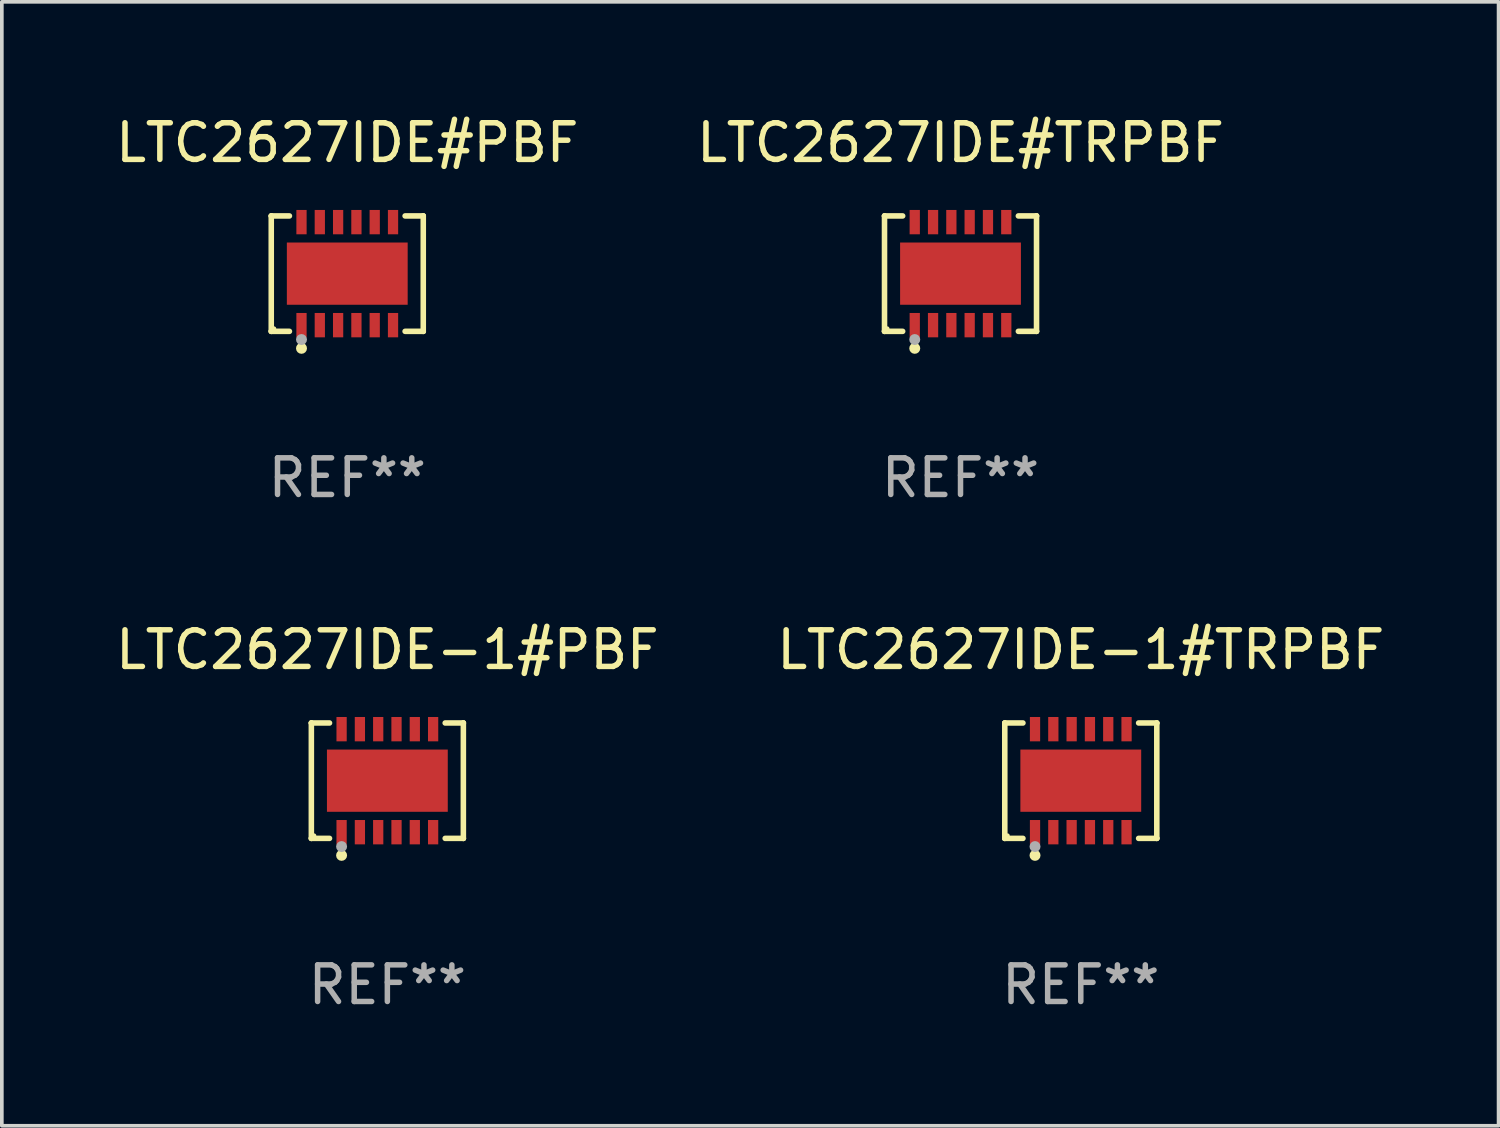
<source format=kicad_pcb>
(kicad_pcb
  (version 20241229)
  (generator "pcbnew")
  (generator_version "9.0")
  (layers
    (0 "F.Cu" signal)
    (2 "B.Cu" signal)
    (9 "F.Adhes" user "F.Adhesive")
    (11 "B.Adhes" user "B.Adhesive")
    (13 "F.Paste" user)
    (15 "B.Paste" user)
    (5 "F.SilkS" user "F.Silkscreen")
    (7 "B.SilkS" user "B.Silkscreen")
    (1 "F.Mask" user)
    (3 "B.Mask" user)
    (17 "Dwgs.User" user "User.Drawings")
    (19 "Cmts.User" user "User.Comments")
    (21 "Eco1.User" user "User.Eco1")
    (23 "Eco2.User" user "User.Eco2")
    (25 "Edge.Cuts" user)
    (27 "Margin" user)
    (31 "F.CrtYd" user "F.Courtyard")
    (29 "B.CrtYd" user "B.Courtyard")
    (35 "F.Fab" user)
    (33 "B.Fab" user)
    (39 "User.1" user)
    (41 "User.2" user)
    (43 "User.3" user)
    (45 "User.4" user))
  (footprint "LTC2627IDE-1#TRPBF"
    (layer "F.Cu")
    (at 26.47 18.273)
    (property "Reference" "LTC2627IDE-1#TRPBF" (at 0 -3.576 0) (layer "F.SilkS") (effects (font (size 1 1) (thickness 0.15))))
    (attr through_hole)
    (fp_line (start -2.076 -1.576) (end -2.076 -1.576) (stroke (width 0.152) (type solid)) (layer "F.SilkS"))
    (fp_line (start -2.076 -1.576) (end -1.58 -1.576) (stroke (width 0.152) (type solid)) (layer "F.SilkS"))
    (fp_line (start -2.076 1.576) (end -2.076 -1.576) (stroke (width 0.152) (type solid)) (layer "F.SilkS"))
    (fp_line (start -2.076 1.576) (end -2.076 1.576) (stroke (width 0.152) (type solid)) (layer "F.SilkS"))
    (fp_line (start -1.58 1.576) (end -2.076 1.576) (stroke (width 0.152) (type solid)) (layer "F.SilkS"))
    (fp_line (start 1.58 1.576) (end 2.076 1.576) (stroke (width 0.152) (type solid)) (layer "F.SilkS"))
    (fp_line (start 2.076 -1.576) (end 1.58 -1.576) (stroke (width 0.152) (type solid)) (layer "F.SilkS"))
    (fp_line (start 2.076 -1.576) (end 2.076 -1.576) (stroke (width 0.152) (type solid)) (layer "F.SilkS"))
    (fp_line (start 2.076 1.576) (end 2.076 -1.576) (stroke (width 0.152) (type solid)) (layer "F.SilkS"))
    (fp_line (start 2.076 1.576) (end 2.076 1.576) (stroke (width 0.152) (type solid)) (layer "F.SilkS"))
    (fp_circle (center -2 1.5) (end -1.97 1.5) (stroke (width 0.06) (type solid)) (fill no) (layer "F.SilkS"))
    (fp_circle (center -1.25 2.04) (end -1.175 2.04) (stroke (width 0.15) (type solid)) (fill no) (layer "F.SilkS"))
    (fp_circle (center -1.25 1.8) (end -1.175 1.8) (stroke (width 0.15) (type solid)) (fill no) (layer "F.Fab"))
    (fp_text user "REF**" (at 0 5.576 0) (layer "F.Fab") (effects (font (size 1 1) (thickness 0.15))))
    (pad "1" smd rect (at -1.25 1.407) (size 0.28 0.665) (layers "F.Cu" "F.Mask" "F.Paste"))
    (pad "2" smd rect (at -0.75 1.407) (size 0.28 0.665) (layers "F.Cu" "F.Mask" "F.Paste"))
    (pad "3" smd rect (at -0.25 1.407) (size 0.28 0.665) (layers "F.Cu" "F.Mask" "F.Paste"))
    (pad "4" smd rect (at 0.25 1.407) (size 0.28 0.665) (layers "F.Cu" "F.Mask" "F.Paste"))
    (pad "5" smd rect (at 0.75 1.407) (size 0.28 0.665) (layers "F.Cu" "F.Mask" "F.Paste"))
    (pad "6" smd rect (at 1.25 1.407) (size 0.28 0.665) (layers "F.Cu" "F.Mask" "F.Paste"))
    (pad "7" smd rect (at 1.25 -1.407) (size 0.28 0.665) (layers "F.Cu" "F.Mask" "F.Paste"))
    (pad "8" smd rect (at 0.75 -1.407) (size 0.28 0.665) (layers "F.Cu" "F.Mask" "F.Paste"))
    (pad "9" smd rect (at 0.25 -1.407) (size 0.28 0.665) (layers "F.Cu" "F.Mask" "F.Paste"))
    (pad "10" smd rect (at -0.25 -1.407) (size 0.28 0.665) (layers "F.Cu" "F.Mask" "F.Paste"))
    (pad "11" smd rect (at -0.75 -1.407) (size 0.28 0.665) (layers "F.Cu" "F.Mask" "F.Paste"))
    (pad "12" smd rect (at -1.25 -1.407) (size 0.28 0.665) (layers "F.Cu" "F.Mask" "F.Paste"))
    (pad "13" smd rect (at 0 0) (size 3.3 1.7) (layers "F.Cu" "F.Mask" "F.Paste")))
  (footprint "LTC2627IDE#TRPBF"
    (layer "F.Cu")
    (at 23.185 4.424)
    (property "Reference" "LTC2627IDE#TRPBF" (at 0 -3.576 0) (layer "F.SilkS") (effects (font (size 1 1) (thickness 0.15))))
    (attr through_hole)
    (fp_line (start -2.076 -1.576) (end -2.076 -1.576) (stroke (width 0.152) (type solid)) (layer "F.SilkS"))
    (fp_line (start -2.076 -1.576) (end -1.58 -1.576) (stroke (width 0.152) (type solid)) (layer "F.SilkS"))
    (fp_line (start -2.076 1.576) (end -2.076 -1.576) (stroke (width 0.152) (type solid)) (layer "F.SilkS"))
    (fp_line (start -2.076 1.576) (end -2.076 1.576) (stroke (width 0.152) (type solid)) (layer "F.SilkS"))
    (fp_line (start -1.58 1.576) (end -2.076 1.576) (stroke (width 0.152) (type solid)) (layer "F.SilkS"))
    (fp_line (start 1.58 1.576) (end 2.076 1.576) (stroke (width 0.152) (type solid)) (layer "F.SilkS"))
    (fp_line (start 2.076 -1.576) (end 1.58 -1.576) (stroke (width 0.152) (type solid)) (layer "F.SilkS"))
    (fp_line (start 2.076 -1.576) (end 2.076 -1.576) (stroke (width 0.152) (type solid)) (layer "F.SilkS"))
    (fp_line (start 2.076 1.576) (end 2.076 -1.576) (stroke (width 0.152) (type solid)) (layer "F.SilkS"))
    (fp_line (start 2.076 1.576) (end 2.076 1.576) (stroke (width 0.152) (type solid)) (layer "F.SilkS"))
    (fp_circle (center -2 1.5) (end -1.97 1.5) (stroke (width 0.06) (type solid)) (fill no) (layer "F.SilkS"))
    (fp_circle (center -1.25 2.04) (end -1.175 2.04) (stroke (width 0.15) (type solid)) (fill no) (layer "F.SilkS"))
    (fp_circle (center -1.25 1.8) (end -1.175 1.8) (stroke (width 0.15) (type solid)) (fill no) (layer "F.Fab"))
    (fp_text user "REF**" (at 0 5.576 0) (layer "F.Fab") (effects (font (size 1 1) (thickness 0.15))))
    (pad "1" smd rect (at -1.25 1.407) (size 0.28 0.665) (layers "F.Cu" "F.Mask" "F.Paste"))
    (pad "2" smd rect (at -0.75 1.407) (size 0.28 0.665) (layers "F.Cu" "F.Mask" "F.Paste"))
    (pad "3" smd rect (at -0.25 1.407) (size 0.28 0.665) (layers "F.Cu" "F.Mask" "F.Paste"))
    (pad "4" smd rect (at 0.25 1.407) (size 0.28 0.665) (layers "F.Cu" "F.Mask" "F.Paste"))
    (pad "5" smd rect (at 0.75 1.407) (size 0.28 0.665) (layers "F.Cu" "F.Mask" "F.Paste"))
    (pad "6" smd rect (at 1.25 1.407) (size 0.28 0.665) (layers "F.Cu" "F.Mask" "F.Paste"))
    (pad "7" smd rect (at 1.25 -1.407) (size 0.28 0.665) (layers "F.Cu" "F.Mask" "F.Paste"))
    (pad "8" smd rect (at 0.75 -1.407) (size 0.28 0.665) (layers "F.Cu" "F.Mask" "F.Paste"))
    (pad "9" smd rect (at 0.25 -1.407) (size 0.28 0.665) (layers "F.Cu" "F.Mask" "F.Paste"))
    (pad "10" smd rect (at -0.25 -1.407) (size 0.28 0.665) (layers "F.Cu" "F.Mask" "F.Paste"))
    (pad "11" smd rect (at -0.75 -1.407) (size 0.28 0.665) (layers "F.Cu" "F.Mask" "F.Paste"))
    (pad "12" smd rect (at -1.25 -1.407) (size 0.28 0.665) (layers "F.Cu" "F.Mask" "F.Paste"))
    (pad "13" smd rect (at 0 0) (size 3.3 1.7) (layers "F.Cu" "F.Mask" "F.Paste")))
  (footprint "LTC2627IDE-1#PBF"
    (layer "F.Cu")
    (at 7.53 18.273)
    (property "Reference" "LTC2627IDE-1#PBF" (at 0 -3.576 0) (layer "F.SilkS") (effects (font (size 1 1) (thickness 0.15))))
    (attr through_hole)
    (fp_line (start -2.076 -1.576) (end -2.076 -1.576) (stroke (width 0.152) (type solid)) (layer "F.SilkS"))
    (fp_line (start -2.076 -1.576) (end -1.58 -1.576) (stroke (width 0.152) (type solid)) (layer "F.SilkS"))
    (fp_line (start -2.076 1.576) (end -2.076 -1.576) (stroke (width 0.152) (type solid)) (layer "F.SilkS"))
    (fp_line (start -2.076 1.576) (end -2.076 1.576) (stroke (width 0.152) (type solid)) (layer "F.SilkS"))
    (fp_line (start -1.58 1.576) (end -2.076 1.576) (stroke (width 0.152) (type solid)) (layer "F.SilkS"))
    (fp_line (start 1.58 1.576) (end 2.076 1.576) (stroke (width 0.152) (type solid)) (layer "F.SilkS"))
    (fp_line (start 2.076 -1.576) (end 1.58 -1.576) (stroke (width 0.152) (type solid)) (layer "F.SilkS"))
    (fp_line (start 2.076 -1.576) (end 2.076 -1.576) (stroke (width 0.152) (type solid)) (layer "F.SilkS"))
    (fp_line (start 2.076 1.576) (end 2.076 -1.576) (stroke (width 0.152) (type solid)) (layer "F.SilkS"))
    (fp_line (start 2.076 1.576) (end 2.076 1.576) (stroke (width 0.152) (type solid)) (layer "F.SilkS"))
    (fp_circle (center -2 1.5) (end -1.97 1.5) (stroke (width 0.06) (type solid)) (fill no) (layer "F.SilkS"))
    (fp_circle (center -1.25 2.04) (end -1.175 2.04) (stroke (width 0.15) (type solid)) (fill no) (layer "F.SilkS"))
    (fp_circle (center -1.25 1.8) (end -1.175 1.8) (stroke (width 0.15) (type solid)) (fill no) (layer "F.Fab"))
    (fp_text user "REF**" (at 0 5.576 0) (layer "F.Fab") (effects (font (size 1 1) (thickness 0.15))))
    (pad "1" smd rect (at -1.25 1.407) (size 0.28 0.665) (layers "F.Cu" "F.Mask" "F.Paste"))
    (pad "2" smd rect (at -0.75 1.407) (size 0.28 0.665) (layers "F.Cu" "F.Mask" "F.Paste"))
    (pad "3" smd rect (at -0.25 1.407) (size 0.28 0.665) (layers "F.Cu" "F.Mask" "F.Paste"))
    (pad "4" smd rect (at 0.25 1.407) (size 0.28 0.665) (layers "F.Cu" "F.Mask" "F.Paste"))
    (pad "5" smd rect (at 0.75 1.407) (size 0.28 0.665) (layers "F.Cu" "F.Mask" "F.Paste"))
    (pad "6" smd rect (at 1.25 1.407) (size 0.28 0.665) (layers "F.Cu" "F.Mask" "F.Paste"))
    (pad "7" smd rect (at 1.25 -1.407) (size 0.28 0.665) (layers "F.Cu" "F.Mask" "F.Paste"))
    (pad "8" smd rect (at 0.75 -1.407) (size 0.28 0.665) (layers "F.Cu" "F.Mask" "F.Paste"))
    (pad "9" smd rect (at 0.25 -1.407) (size 0.28 0.665) (layers "F.Cu" "F.Mask" "F.Paste"))
    (pad "10" smd rect (at -0.25 -1.407) (size 0.28 0.665) (layers "F.Cu" "F.Mask" "F.Paste"))
    (pad "11" smd rect (at -0.75 -1.407) (size 0.28 0.665) (layers "F.Cu" "F.Mask" "F.Paste"))
    (pad "12" smd rect (at -1.25 -1.407) (size 0.28 0.665) (layers "F.Cu" "F.Mask" "F.Paste"))
    (pad "13" smd rect (at 0 0) (size 3.3 1.7) (layers "F.Cu" "F.Mask" "F.Paste")))
  (footprint "LTC2627IDE#PBF"
    (layer "F.Cu")
    (at 6.435 4.424)
    (property "Reference" "LTC2627IDE#PBF" (at 0 -3.576 0) (layer "F.SilkS") (effects (font (size 1 1) (thickness 0.15))))
    (attr through_hole)
    (fp_line (start -2.076 -1.576) (end -2.076 -1.576) (stroke (width 0.152) (type solid)) (layer "F.SilkS"))
    (fp_line (start -2.076 -1.576) (end -1.58 -1.576) (stroke (width 0.152) (type solid)) (layer "F.SilkS"))
    (fp_line (start -2.076 1.576) (end -2.076 -1.576) (stroke (width 0.152) (type solid)) (layer "F.SilkS"))
    (fp_line (start -2.076 1.576) (end -2.076 1.576) (stroke (width 0.152) (type solid)) (layer "F.SilkS"))
    (fp_line (start -1.58 1.576) (end -2.076 1.576) (stroke (width 0.152) (type solid)) (layer "F.SilkS"))
    (fp_line (start 1.58 1.576) (end 2.076 1.576) (stroke (width 0.152) (type solid)) (layer "F.SilkS"))
    (fp_line (start 2.076 -1.576) (end 1.58 -1.576) (stroke (width 0.152) (type solid)) (layer "F.SilkS"))
    (fp_line (start 2.076 -1.576) (end 2.076 -1.576) (stroke (width 0.152) (type solid)) (layer "F.SilkS"))
    (fp_line (start 2.076 1.576) (end 2.076 -1.576) (stroke (width 0.152) (type solid)) (layer "F.SilkS"))
    (fp_line (start 2.076 1.576) (end 2.076 1.576) (stroke (width 0.152) (type solid)) (layer "F.SilkS"))
    (fp_circle (center -2 1.5) (end -1.97 1.5) (stroke (width 0.06) (type solid)) (fill no) (layer "F.SilkS"))
    (fp_circle (center -1.25 2.04) (end -1.175 2.04) (stroke (width 0.15) (type solid)) (fill no) (layer "F.SilkS"))
    (fp_circle (center -1.25 1.8) (end -1.175 1.8) (stroke (width 0.15) (type solid)) (fill no) (layer "F.Fab"))
    (fp_text user "REF**" (at 0 5.576 0) (layer "F.Fab") (effects (font (size 1 1) (thickness 0.15))))
    (pad "1" smd rect (at -1.25 1.407) (size 0.28 0.665) (layers "F.Cu" "F.Mask" "F.Paste"))
    (pad "2" smd rect (at -0.75 1.407) (size 0.28 0.665) (layers "F.Cu" "F.Mask" "F.Paste"))
    (pad "3" smd rect (at -0.25 1.407) (size 0.28 0.665) (layers "F.Cu" "F.Mask" "F.Paste"))
    (pad "4" smd rect (at 0.25 1.407) (size 0.28 0.665) (layers "F.Cu" "F.Mask" "F.Paste"))
    (pad "5" smd rect (at 0.75 1.407) (size 0.28 0.665) (layers "F.Cu" "F.Mask" "F.Paste"))
    (pad "6" smd rect (at 1.25 1.407) (size 0.28 0.665) (layers "F.Cu" "F.Mask" "F.Paste"))
    (pad "7" smd rect (at 1.25 -1.407) (size 0.28 0.665) (layers "F.Cu" "F.Mask" "F.Paste"))
    (pad "8" smd rect (at 0.75 -1.407) (size 0.28 0.665) (layers "F.Cu" "F.Mask" "F.Paste"))
    (pad "9" smd rect (at 0.25 -1.407) (size 0.28 0.665) (layers "F.Cu" "F.Mask" "F.Paste"))
    (pad "10" smd rect (at -0.25 -1.407) (size 0.28 0.665) (layers "F.Cu" "F.Mask" "F.Paste"))
    (pad "11" smd rect (at -0.75 -1.407) (size 0.28 0.665) (layers "F.Cu" "F.Mask" "F.Paste"))
    (pad "12" smd rect (at -1.25 -1.407) (size 0.28 0.665) (layers "F.Cu" "F.Mask" "F.Paste"))
    (pad "13" smd rect (at 0 0) (size 3.3 1.7) (layers "F.Cu" "F.Mask" "F.Paste")))
  (gr_rect
    (start -3 -3)
    (end 37.881 27.698)
    (stroke (width 0.1) (type default))
    (fill no)
    (layer "Edge.Cuts")))
</source>
